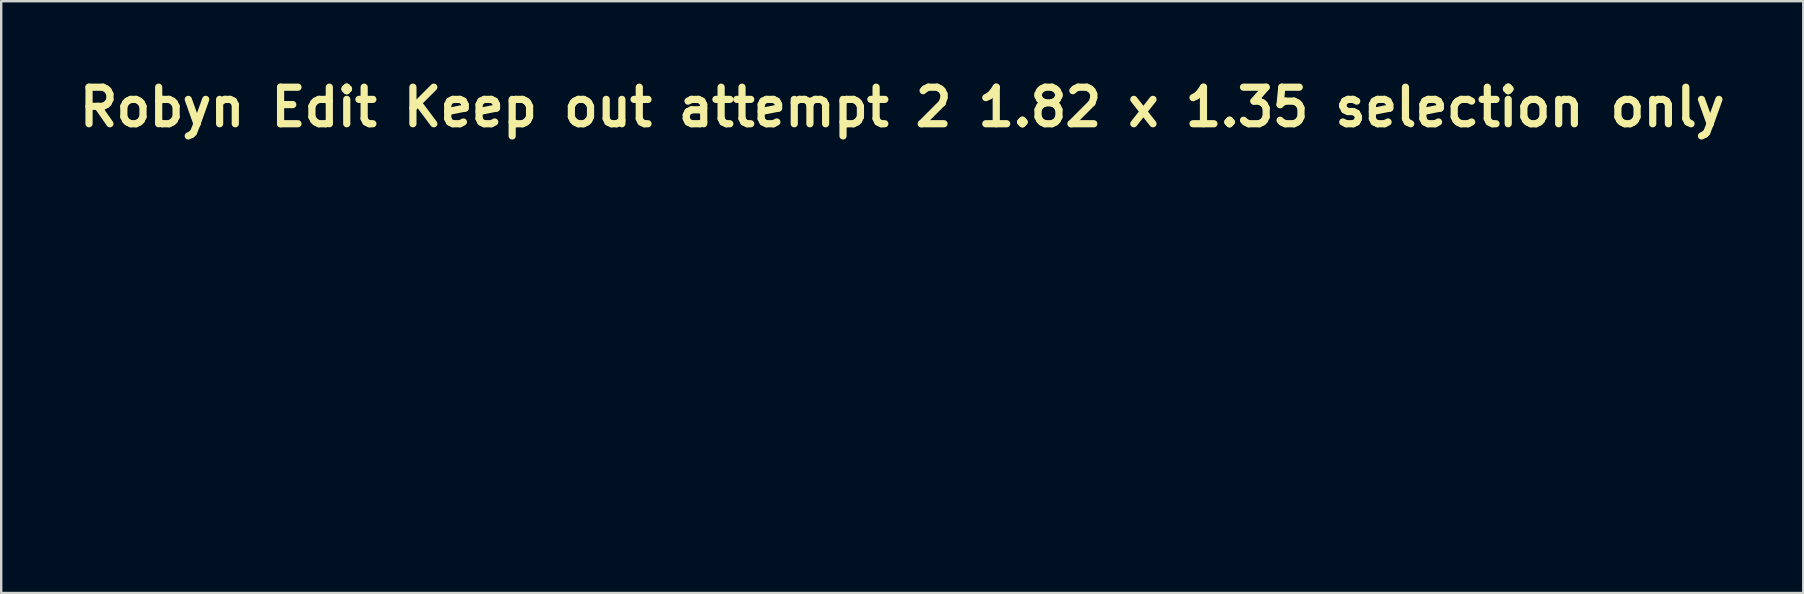
<source format=kicad_pcb>
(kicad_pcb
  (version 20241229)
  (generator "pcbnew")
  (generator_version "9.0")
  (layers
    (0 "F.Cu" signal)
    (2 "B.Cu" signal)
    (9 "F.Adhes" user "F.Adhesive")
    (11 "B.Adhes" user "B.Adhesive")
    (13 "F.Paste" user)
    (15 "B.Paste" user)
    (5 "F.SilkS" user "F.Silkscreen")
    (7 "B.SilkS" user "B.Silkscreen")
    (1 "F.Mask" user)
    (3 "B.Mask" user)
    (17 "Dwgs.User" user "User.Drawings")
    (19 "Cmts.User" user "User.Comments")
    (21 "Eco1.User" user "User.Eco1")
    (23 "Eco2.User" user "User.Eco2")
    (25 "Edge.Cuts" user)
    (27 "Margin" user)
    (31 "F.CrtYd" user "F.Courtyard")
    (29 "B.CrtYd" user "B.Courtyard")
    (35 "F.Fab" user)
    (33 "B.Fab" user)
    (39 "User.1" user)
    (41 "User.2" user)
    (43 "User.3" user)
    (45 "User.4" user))
  (footprint "Robyn Edit Keep out attempt 2 1.82 x 1.35 selection only"
    (layer "F.Cu")
    (at 34.551 1.418)
    (property "Reference" "Robyn Edit Keep out attempt 2 1.82 x 1.35 selection only" (at 0 0 0) (layer "F.SilkS") (effects (font (size 1.524 1.524) (thickness 0.3))))
    (attr board_only exclude_from_pos_files exclude_from_bom)
    (fp_poly (pts (xy -10.643 2.104) (xy -9.891 2.369) (xy -9.881 2.374) (xy -9.197 2.805) (xy -8.518 3.418) (xy -7.85 4.206) (xy -7.196 5.161) (xy -6.561 6.275) (xy -5.951 7.542) (xy -5.368 8.954) (xy -4.819 10.503) (xy -4.691 10.899) (xy -4.518 11.439) (xy -4.359 11.923) (xy -4.224 12.32) (xy -4.125 12.598) (xy -4.074 12.721) (xy -4.046 12.875) (xy -4.156 13.053) (xy -4.219 13.119) (xy -4.377 13.301) (xy -4.453 13.435) (xy -4.454 13.445) (xy -4.379 13.577) (xy -4.186 13.759) (xy -3.926 13.952) (xy -3.647 14.118) (xy -3.529 14.173) (xy -3.351 14.24) (xy -3.202 14.254) (xy -3.028 14.205) (xy -2.776 14.08) (xy -2.569 13.967) (xy -2.007 13.638) (xy -1.615 13.359) (xy -1.386 13.119) (xy -1.312 12.908) (xy -1.384 12.712) (xy -1.566 12.542) (xy -1.805 12.367) (xy -1.673 9.465) (xy 0.764 9.465) (xy 0.789 9.612) (xy 0.943 9.77) (xy 1.226 9.876) (xy 1.588 9.923) (xy 1.973 9.904) (xy 2.329 9.812) (xy 2.345 9.806) (xy 2.711 9.616) (xy 2.95 9.412) (xy 3.033 9.226) (xy 2.98 9.112) (xy 2.817 9.143) (xy 2.54 9.32) (xy 2.51 9.343) (xy 2.11 9.537) (xy 1.635 9.591) (xy 1.145 9.499) (xy 1.1 9.482) (xy 0.861 9.417) (xy 0.764 9.465) (xy -1.673 9.465) (xy -1.622 8.348) (xy -1.175 7.005) (xy -0.949 6.365) (xy -0.734 5.834) (xy -0.542 5.441) (xy -0.435 5.272) (xy -0.05 4.885) (xy 0.427 4.595) (xy 0.951 4.415) (xy 1.478 4.356) (xy 1.964 4.431) (xy 2.234 4.554) (xy 2.35 4.632) (xy 2.448 4.722) (xy 2.534 4.847) (xy 2.616 5.026) (xy 2.699 5.28) (xy 2.79 5.631) (xy 2.895 6.098) (xy 3.022 6.703) (xy 3.176 7.467) (xy 3.233 7.755) (xy 3.355 8.172) (xy 3.561 8.68) (xy 3.822 9.221) (xy 4.107 9.734) (xy 4.387 10.161) (xy 4.503 10.307) (xy 4.849 10.71) (xy 4.633 11.065) (xy 3.822 12.22) (xy 2.856 13.269) (xy 1.734 14.211) (xy 0.456 15.049) (xy -0.979 15.782) (xy -1.894 16.164) (xy -2.406 16.344) (xy -3.008 16.529) (xy -3.663 16.709) (xy -4.334 16.876) (xy -4.984 17.021) (xy -5.576 17.136) (xy -6.073 17.212) (xy -6.437 17.24) (xy -6.51 17.239) (xy -6.674 17.222) (xy -6.976 17.187) (xy -7.367 17.139) (xy -7.636 17.105) (xy -8.39 16.987) (xy -9.206 16.825) (xy -10.052 16.626) (xy -10.898 16.4) (xy -11.715 16.156) (xy -12.472 15.903) (xy -13.14 15.651) (xy -13.688 15.408) (xy -14.086 15.183) (xy -14.158 15.131) (xy -14.578 14.828) (xy -14.923 14.629) (xy -15.248 14.505) (xy -15.499 14.447) (xy -15.965 14.334) (xy -16.482 14.169) (xy -16.979 13.976) (xy -17.385 13.782) (xy -17.495 13.718) (xy -18.103 13.26) (xy -18.722 12.652) (xy -19.358 11.887) (xy -20.016 10.958) (xy -20.7 9.858) (xy -21.11 9.127) (xy -12.51 9.127) (xy -12.44 9.271) (xy -12.26 9.481) (xy -12.013 9.716) (xy -11.745 9.932) (xy -11.515 10.079) (xy -11.132 10.198) (xy -10.666 10.228) (xy -10.199 10.169) (xy -9.87 10.053) (xy -9.528 9.849) (xy -9.35 9.683) (xy -9.328 9.576) (xy -9.459 9.547) (xy -9.736 9.617) (xy -9.966 9.714) (xy -10.499 9.9) (xy -10.969 9.92) (xy -11.405 9.768) (xy -11.84 9.436) (xy -11.945 9.332) (xy -12.2 9.106) (xy -12.391 9.01) (xy -12.496 9.052) (xy -12.51 9.127) (xy -21.11 9.127) (xy -21.416 8.581) (xy -21.557 8.315) (xy -21.792 7.86) (xy -22.04 7.359) (xy -22.29 6.84) (xy -22.527 6.333) (xy -22.74 5.866) (xy -22.914 5.467) (xy -23.036 5.166) (xy -23.094 4.991) (xy -23.094 4.96) (xy -22.997 4.973) (xy -22.773 5.037) (xy -22.529 5.119) (xy -22.021 5.259) (xy -21.496 5.318) (xy -20.934 5.293) (xy -20.314 5.179) (xy -19.617 4.97) (xy -18.822 4.664) (xy -17.909 4.253) (xy -17.149 3.883) (xy -16.55 3.586) (xy -15.962 3.301) (xy -15.422 3.045) (xy -14.968 2.836) (xy -14.635 2.69) (xy -14.567 2.662) (xy -13.444 2.279) (xy -12.418 2.059) (xy -11.485 2)) (stroke (width 0) (type solid)) (fill yes) (layer "F.Mask"))
    (fp_poly (pts (xy -10.642 2.109) (xy -9.89 2.374) (xy -9.88 2.379) (xy -9.196 2.81) (xy -8.517 3.423) (xy -7.849 4.211) (xy -7.195 5.166) (xy -6.561 6.28) (xy -5.95 7.547) (xy -5.368 8.959) (xy -4.818 10.508) (xy -4.69 10.904) (xy -4.517 11.444) (xy -4.358 11.928) (xy -4.223 12.325) (xy -4.124 12.603) (xy -4.073 12.725) (xy -4.045 12.88) (xy -4.155 13.058) (xy -4.218 13.124) (xy -4.376 13.306) (xy -4.452 13.44) (xy -4.454 13.45) (xy -4.378 13.582) (xy -4.186 13.764) (xy -3.925 13.957) (xy -3.646 14.123) (xy -3.528 14.178) (xy -3.35 14.244) (xy -3.201 14.259) (xy -3.027 14.21) (xy -2.775 14.085) (xy -2.568 13.972) (xy -2.006 13.643) (xy -1.614 13.364) (xy -1.385 13.124) (xy -1.311 12.912) (xy -1.383 12.717) (xy -1.565 12.546) (xy -1.805 12.372) (xy -1.672 9.469) (xy 0.765 9.469) (xy 0.79 9.617) (xy 0.943 9.775) (xy 1.227 9.881) (xy 1.588 9.928) (xy 1.974 9.909) (xy 2.33 9.817) (xy 2.346 9.811) (xy 2.712 9.62) (xy 2.951 9.417) (xy 3.034 9.231) (xy 2.981 9.117) (xy 2.818 9.148) (xy 2.541 9.325) (xy 2.511 9.348) (xy 2.11 9.542) (xy 1.636 9.596) (xy 1.146 9.504) (xy 1.101 9.487) (xy 0.862 9.422) (xy 0.765 9.469) (xy -1.672 9.469) (xy -1.621 8.353) (xy -1.174 7.01) (xy -0.948 6.369) (xy -0.733 5.839) (xy -0.541 5.446) (xy -0.434 5.277) (xy -0.049 4.889) (xy 0.428 4.6) (xy 0.951 4.42) (xy 1.478 4.361) (xy 1.965 4.435) (xy 2.235 4.559) (xy 2.351 4.636) (xy 2.449 4.727) (xy 2.535 4.852) (xy 2.617 5.031) (xy 2.7 5.285) (xy 2.791 5.636) (xy 2.896 6.103) (xy 3.023 6.708) (xy 3.177 7.472) (xy 3.234 7.76) (xy 3.356 8.177) (xy 3.562 8.685) (xy 3.823 9.226) (xy 4.108 9.739) (xy 4.388 10.165) (xy 4.504 10.312) (xy 4.85 10.715) (xy 4.634 11.07) (xy 3.823 12.225) (xy 2.857 13.274) (xy 1.735 14.216) (xy 0.457 15.054) (xy -0.979 15.787) (xy -1.893 16.169) (xy -2.405 16.349) (xy -3.007 16.534) (xy -3.662 16.714) (xy -4.333 16.881) (xy -4.983 17.026) (xy -5.575 17.141) (xy -6.072 17.217) (xy -6.436 17.245) (xy -6.509 17.244) (xy -6.673 17.227) (xy -6.975 17.192) (xy -7.366 17.144) (xy -7.635 17.11) (xy -8.39 16.992) (xy -9.205 16.83) (xy -10.051 16.631) (xy -10.897 16.405) (xy -11.714 16.161) (xy -12.471 15.908) (xy -13.139 15.656) (xy -13.687 15.413) (xy -14.085 15.188) (xy -14.157 15.136) (xy -14.578 14.833) (xy -14.922 14.634) (xy -15.247 14.51) (xy -15.498 14.452) (xy -15.964 14.339) (xy -16.481 14.174) (xy -16.978 13.981) (xy -17.385 13.787) (xy -17.494 13.723) (xy -18.102 13.265) (xy -18.721 12.657) (xy -19.357 11.892) (xy -20.015 10.963) (xy -20.699 9.863) (xy -21.109 9.132) (xy -12.51 9.132) (xy -12.439 9.276) (xy -12.259 9.486) (xy -12.012 9.721) (xy -11.744 9.937) (xy -11.514 10.084) (xy -11.131 10.203) (xy -10.665 10.233) (xy -10.198 10.173) (xy -9.869 10.058) (xy -9.527 9.854) (xy -9.349 9.688) (xy -9.327 9.581) (xy -9.458 9.552) (xy -9.735 9.622) (xy -9.965 9.719) (xy -10.498 9.905) (xy -10.968 9.925) (xy -11.404 9.772) (xy -11.839 9.441) (xy -11.944 9.337) (xy -12.199 9.111) (xy -12.39 9.015) (xy -12.495 9.056) (xy -12.51 9.132) (xy -21.109 9.132) (xy -21.415 8.586) (xy -21.557 8.319) (xy -21.791 7.865) (xy -22.039 7.364) (xy -22.289 6.845) (xy -22.526 6.338) (xy -22.739 5.871) (xy -22.913 5.472) (xy -23.035 5.171) (xy -23.093 4.996) (xy -23.093 4.965) (xy -22.996 4.978) (xy -22.773 5.042) (xy -22.528 5.124) (xy -22.02 5.264) (xy -21.495 5.323) (xy -20.933 5.298) (xy -20.314 5.184) (xy -19.616 4.975) (xy -18.821 4.669) (xy -17.908 4.258) (xy -17.148 3.888) (xy -16.549 3.591) (xy -15.961 3.306) (xy -15.421 3.05) (xy -14.967 2.841) (xy -14.634 2.695) (xy -14.566 2.667) (xy -13.443 2.284) (xy -12.417 2.064) (xy -11.484 2.005)) (stroke (width 0) (type solid)) (fill yes) (layer "B.Mask"))
    (zone (net_name "") (layers "F.Cu" "B.Cu") (hatch edge 0.508) (connect_pads) (min_thickness 0.254) (filled_areas_thickness no) (keepout (tracks not_allowed) (vias not_allowed) (pads not_allowed) (copperpour not_allowed) (footprints not_allowed)) (placement (enabled no)) (fill) (polygon (pts (xy 23.908 3.522) (xy 24.66 3.787) (xy 24.67 3.792) (xy 25.354 4.223) (xy 26.033 4.836) (xy 26.702 5.624) (xy 27.355 6.579) (xy 27.99 7.693) (xy 28.601 8.96) (xy 29.183 10.372) (xy 29.732 11.921) (xy 29.86 12.317) (xy 30.033 12.857) (xy 30.193 13.341) (xy 30.328 13.738) (xy 30.427 14.016) (xy 30.477 14.139) (xy 30.505 14.293) (xy 30.395 14.471) (xy 30.333 14.537) (xy 30.174 14.719) (xy 30.098 14.853) (xy 30.097 14.864) (xy 30.172 14.995) (xy 30.365 15.177) (xy 30.626 15.371) (xy 30.905 15.536) (xy 31.022 15.591) (xy 31.201 15.658) (xy 31.349 15.672) (xy 31.523 15.623) (xy 31.775 15.498) (xy 31.982 15.385) (xy 32.545 15.056) (xy 32.936 14.777) (xy 33.165 14.537) (xy 33.239 14.326) (xy 33.167 14.13) (xy 32.985 13.96) (xy 32.746 13.785) (xy 32.878 10.883) (xy 35.315 10.883) (xy 35.341 11.03) (xy 35.494 11.188) (xy 35.778 11.294) (xy 36.139 11.341) (xy 36.524 11.322) (xy 36.881 11.23) (xy 36.897 11.224) (xy 37.262 11.034) (xy 37.501 10.83) (xy 37.584 10.644) (xy 37.531 10.53) (xy 37.368 10.561) (xy 37.092 10.738) (xy 37.061 10.761) (xy 36.661 10.955) (xy 36.186 11.009) (xy 35.696 10.917) (xy 35.652 10.9) (xy 35.412 10.835) (xy 35.315 10.883) (xy 32.878 10.883) (xy 32.929 9.766) (xy 33.376 8.423) (xy 33.603 7.783) (xy 33.818 7.252) (xy 34.009 6.859) (xy 34.117 6.69) (xy 34.502 6.303) (xy 34.978 6.013) (xy 35.502 5.833) (xy 36.029 5.774) (xy 36.515 5.849) (xy 36.786 5.972) (xy 36.901 6.05) (xy 36.999 6.14) (xy 37.086 6.265) (xy 37.167 6.444) (xy 37.25 6.698) (xy 37.341 7.049) (xy 37.446 7.516) (xy 37.573 8.121) (xy 37.727 8.885) (xy 37.785 9.173) (xy 37.907 9.59) (xy 38.113 10.098) (xy 38.373 10.639) (xy 38.658 11.152) (xy 38.939 11.579) (xy 39.055 11.725) (xy 39.4 12.128) (xy 39.184 12.483) (xy 38.373 13.638) (xy 37.407 14.687) (xy 36.286 15.629) (xy 35.007 16.467) (xy 33.572 17.2) (xy 32.657 17.582) (xy 32.146 17.762) (xy 31.544 17.947) (xy 30.889 18.127) (xy 30.217 18.294) (xy 29.567 18.439) (xy 28.975 18.554) (xy 28.479 18.63) (xy 28.115 18.658) (xy 28.041 18.657) (xy 27.877 18.64) (xy 27.575 18.605) (xy 27.184 18.557) (xy 26.916 18.523) (xy 26.161 18.405) (xy 25.346 18.243) (xy 24.5 18.044) (xy 23.653 17.818) (xy 22.836 17.574) (xy 22.079 17.321) (xy 21.411 17.069) (xy 20.864 16.826) (xy 20.465 16.601) (xy 20.393 16.549) (xy 19.973 16.246) (xy 19.629 16.047) (xy 19.304 15.923) (xy 19.052 15.865) (xy 18.586 15.753) (xy 18.069 15.587) (xy 17.572 15.394) (xy 17.166 15.2) (xy 17.057 15.136) (xy 16.448 14.678) (xy 15.829 14.07) (xy 15.193 13.305) (xy 14.536 12.376) (xy 13.851 11.276) (xy 13.441 10.545) (xy 22.041 10.545) (xy 22.111 10.689) (xy 22.292 10.899) (xy 22.538 11.134) (xy 22.806 11.35) (xy 23.036 11.497) (xy 23.419 11.616) (xy 23.886 11.646) (xy 24.353 11.587) (xy 24.681 11.471) (xy 25.023 11.267) (xy 25.202 11.101) (xy 25.223 10.994) (xy 25.092 10.965) (xy 24.816 11.036) (xy 24.585 11.132) (xy 24.052 11.318) (xy 23.583 11.338) (xy 23.146 11.186) (xy 22.711 10.854) (xy 22.606 10.75) (xy 22.351 10.524) (xy 22.161 10.428) (xy 22.055 10.47) (xy 22.041 10.545) (xy 13.441 10.545) (xy 13.136 9.999) (xy 12.994 9.733) (xy 12.76 9.278) (xy 12.511 8.777) (xy 12.262 8.259) (xy 12.024 7.751) (xy 11.812 7.284) (xy 11.638 6.885) (xy 11.515 6.584) (xy 11.458 6.409) (xy 11.457 6.378) (xy 11.555 6.391) (xy 11.778 6.455) (xy 12.023 6.537) (xy 12.531 6.677) (xy 13.055 6.736) (xy 13.617 6.711) (xy 14.237 6.597) (xy 14.934 6.388) (xy 15.729 6.082) (xy 16.643 5.672) (xy 17.402 5.301) (xy 18.002 5.004) (xy 18.589 4.719) (xy 19.129 4.463) (xy 19.584 4.254) (xy 19.917 4.108) (xy 19.985 4.08) (xy 21.107 3.697) (xy 22.134 3.477) (xy 23.067 3.418)))))
  (gr_rect
    (start -3 -3)
    (end 72.103 21.663)
    (stroke (width 0.1) (type default))
    (fill no)
    (layer "Edge.Cuts")))
</source>
